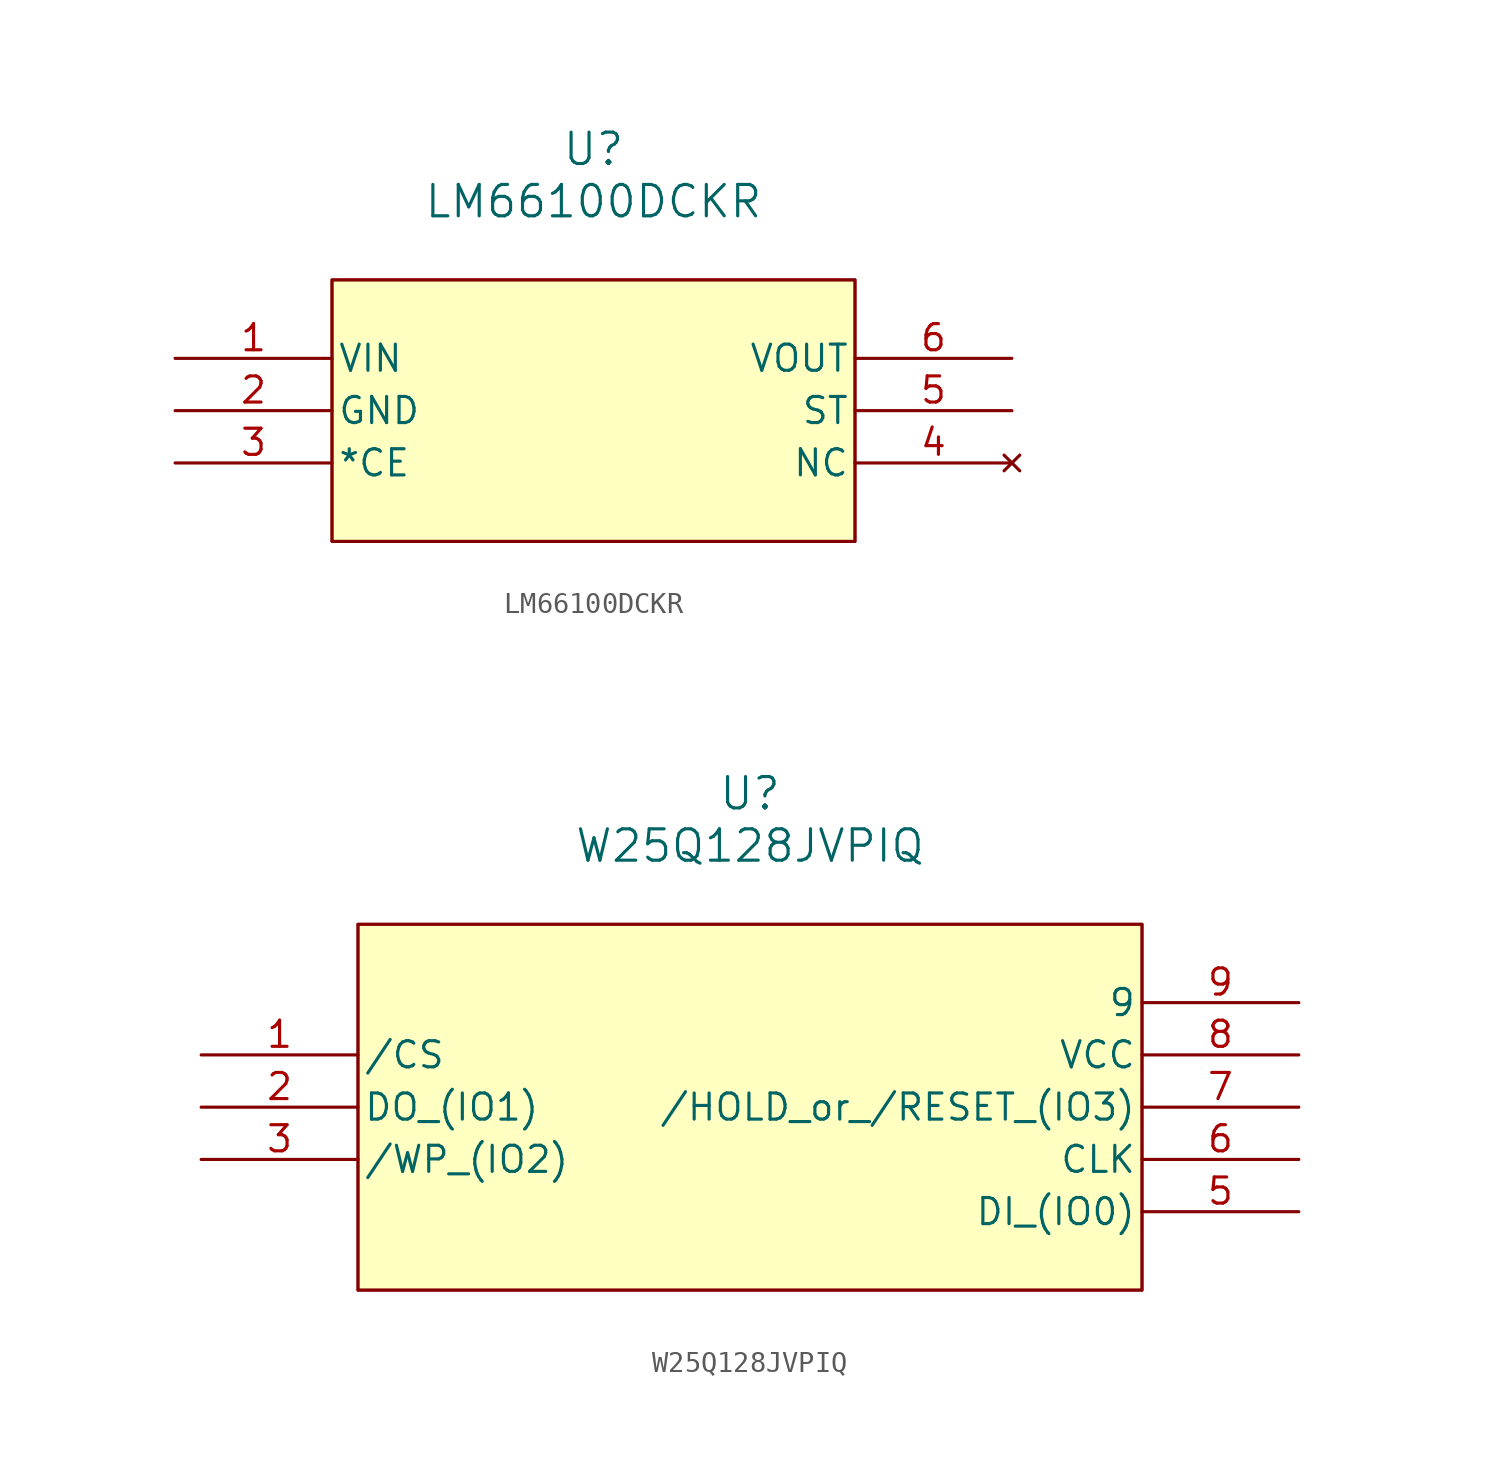
<source format=kicad_sym>
(kicad_symbol_lib
  (version 20220914)
  (generator kicad_symbol_editor)
  (symbol "LM66100DCKR"
    (pin_names
      (offset 0.254))
    (property "Reference" "U"
      (at 0 12.7 0)
      (effects (font (size 1.524 1.524))))
    (property "Value" "LM66100DCKR"
      (at 0 10.16 0)
      (effects (font (size 1.524 1.524))))
    (property "ki_locked" ""
      (at 0 0 0)
      (effects (font (size 1.27 1.27))))
    (symbol "LM66100DCKR_0_1"
      (polyline (pts (xy -12.7 -6.35) (xy 12.7 -6.35)) (stroke (width 0.127) (type default)) (fill (type none)))
      (polyline (pts (xy -12.7 6.35) (xy -12.7 -6.35)) (stroke (width 0.127) (type default)) (fill (type none)))
      (polyline (pts (xy 12.7 -6.35) (xy 12.7 6.35)) (stroke (width 0.127) (type default)) (fill (type none)))
      (polyline (pts (xy 12.7 6.35) (xy -12.7 6.35)) (stroke (width 0.127) (type default)) (fill (type none)))
      (pin input line (at -20.32 2.54 0) (length 7.62) (name "VIN" (effects (font (size 1.27 1.27)))) (number "1" (effects (font (size 1.27 1.27)))))
      (pin power_in line (at -20.32 0 0) (length 7.62) (name "GND" (effects (font (size 1.27 1.27)))) (number "2" (effects (font (size 1.27 1.27)))))
      (pin input line (at -20.32 -2.54 0) (length 7.62) (name "*CE" (effects (font (size 1.27 1.27)))) (number "3" (effects (font (size 1.27 1.27)))))
      (pin no_connect line (at 20.32 -2.54 180) (length 7.62) (name "NC" (effects (font (size 1.27 1.27)))) (number "4" (effects (font (size 1.27 1.27)))))
      (pin output line (at 20.32 0 180) (length 7.62) (name "ST" (effects (font (size 1.27 1.27)))) (number "5" (effects (font (size 1.27 1.27)))))
      (pin output line (at 20.32 2.54 180) (length 7.62) (name "VOUT" (effects (font (size 1.27 1.27)))) (number "6" (effects (font (size 1.27 1.27))))))
    (symbol "LM66100DCKR_1_1"
      (rectangle (start -12.7 6.35) (end 12.7 -6.35) (stroke (width 0) (type default)) (fill (type background)))))
  (symbol "W25Q128JVPIQ"
    (pin_names
      (offset 0.254))
    (property "Reference" "U"
      (at 0 15.24 0)
      (effects (font (size 1.524 1.524))))
    (property "Value" "W25Q128JVPIQ"
      (at 0 12.7 0)
      (effects (font (size 1.524 1.524))))
    (property "ki_locked" ""
      (at 0 0 0)
      (effects (font (size 1.27 1.27))))
    (symbol "W25Q128JVPIQ_0_1"
      (polyline (pts (xy -19.05 -8.89) (xy 19.05 -8.89)) (stroke (width 0.127) (type default)) (fill (type none)))
      (polyline (pts (xy -19.05 8.89) (xy -19.05 -8.89)) (stroke (width 0.127) (type default)) (fill (type none)))
      (polyline (pts (xy 19.05 -8.89) (xy 19.05 8.89)) (stroke (width 0.127) (type default)) (fill (type none)))
      (polyline (pts (xy 19.05 8.89) (xy -19.05 8.89)) (stroke (width 0.127) (type default)) (fill (type none)))
      (pin unspecified line (at -26.67 2.54 0) (length 7.62) (name "/CS" (effects (font (size 1.27 1.27)))) (number "1" (effects (font (size 1.27 1.27)))))
      (pin unspecified line (at -26.67 0 0) (length 7.62) (name "DO_(IO1)" (effects (font (size 1.27 1.27)))) (number "2" (effects (font (size 1.27 1.27)))))
      (pin unspecified line (at -26.67 -2.54 0) (length 7.62) (name "/WP_(IO2)" (effects (font (size 1.27 1.27)))) (number "3" (effects (font (size 1.27 1.27)))))
      (pin unspecified line (at 26.67 -5.08 180) (length 7.62) (name "DI_(IO0)" (effects (font (size 1.27 1.27)))) (number "5" (effects (font (size 1.27 1.27)))))
      (pin unspecified line (at 26.67 -2.54 180) (length 7.62) (name "CLK" (effects (font (size 1.27 1.27)))) (number "6" (effects (font (size 1.27 1.27)))))
      (pin unspecified line (at 26.67 0 180) (length 7.62) (name "/HOLD_or_/RESET_(IO3)" (effects (font (size 1.27 1.27)))) (number "7" (effects (font (size 1.27 1.27)))))
      (pin power_in line (at 26.67 2.54 180) (length 7.62) (name "VCC" (effects (font (size 1.27 1.27)))) (number "8" (effects (font (size 1.27 1.27)))))
      (pin unspecified line (at 26.67 5.08 180) (length 7.62) (name "9" (effects (font (size 1.27 1.27)))) (number "9" (effects (font (size 1.27 1.27))))))
    (symbol "W25Q128JVPIQ_1_1"
      (rectangle (start -19.05 8.89) (end 19.05 -8.89) (stroke (width 0) (type default)) (fill (type background))))))
</source>
